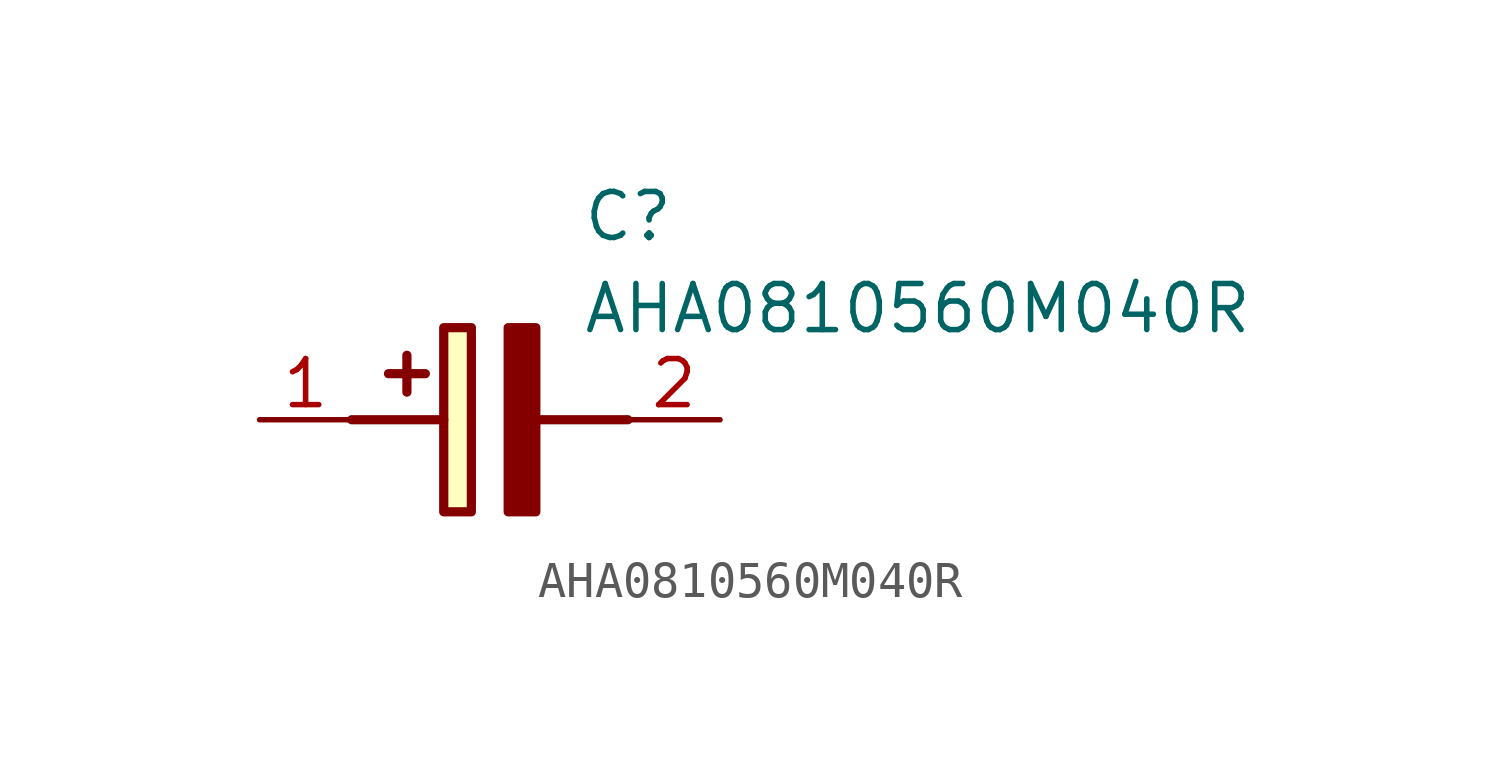
<source format=kicad_sym>
(kicad_symbol_lib
  (version 20211014)
  (generator SamacSys_ECAD_Model)
  (symbol "AHA0810560M040R"
    (pin_names hide)
    (property "Reference" "C"
      (at 8.89 6.35 0)
      (effects (font (size 1.27 1.27)) (justify left top)))
    (property "Value" "AHA0810560M040R"
      (at 8.89 3.81 0)
      (effects (font (size 1.27 1.27)) (justify left top)))
    (rectangle
      (start 5.08 2.54)
      (end 5.842 -2.54)
      (stroke (width 0.254) (type default))
      (fill (type background)))
    (polyline
      (pts (xy 4.572 1.27) (xy 3.556 1.27))
      (stroke (width 0.254) (type default))
      (fill (type none)))
    (polyline
      (pts (xy 4.064 1.778) (xy 4.064 0.762))
      (stroke (width 0.254) (type default))
      (fill (type none)))
    (polyline
      (pts (xy 2.54 0) (xy 5.08 0))
      (stroke (width 0.254) (type default))
      (fill (type none)))
    (polyline
      (pts (xy 7.62 0) (xy 10.16 0))
      (stroke (width 0.254) (type default))
      (fill (type none)))
    (polyline
      (pts (xy 7.62 2.54) (xy 7.62 -2.54) (xy 6.858 -2.54) (xy 6.858 2.54) (xy 7.62 2.54))
      (stroke (width 0.254) (type default))
      (fill (type outline)))
    (pin passive line
      (at 0 0 0)
      (length 2.54)
      (name "+" (effects (font (size 1.27 1.27))))
      (number "1" (effects (font (size 1.27 1.27)))))
    (pin passive line
      (at 12.7 0 180)
      (length 2.54)
      (name "-" (effects (font (size 1.27 1.27))))
      (number "2" (effects (font (size 1.27 1.27)))))))
</source>
